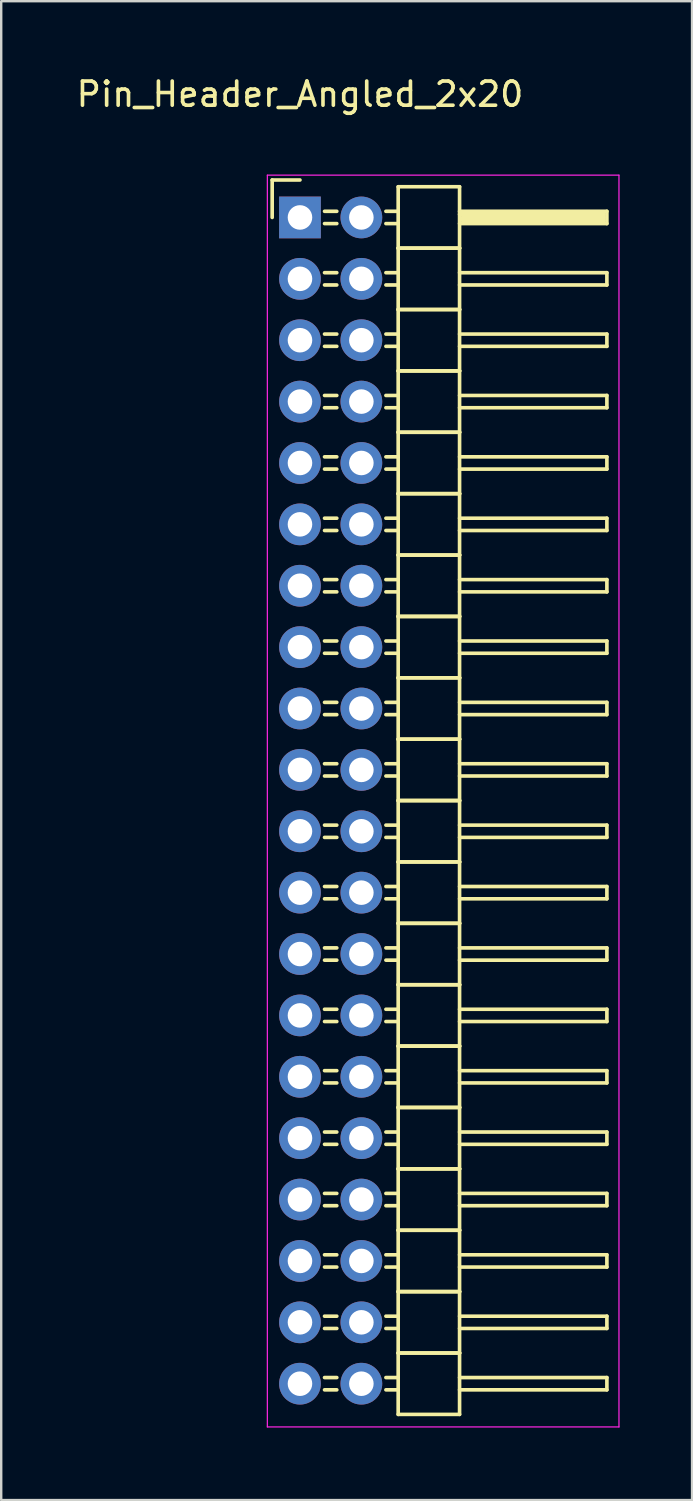
<source format=kicad_pcb>
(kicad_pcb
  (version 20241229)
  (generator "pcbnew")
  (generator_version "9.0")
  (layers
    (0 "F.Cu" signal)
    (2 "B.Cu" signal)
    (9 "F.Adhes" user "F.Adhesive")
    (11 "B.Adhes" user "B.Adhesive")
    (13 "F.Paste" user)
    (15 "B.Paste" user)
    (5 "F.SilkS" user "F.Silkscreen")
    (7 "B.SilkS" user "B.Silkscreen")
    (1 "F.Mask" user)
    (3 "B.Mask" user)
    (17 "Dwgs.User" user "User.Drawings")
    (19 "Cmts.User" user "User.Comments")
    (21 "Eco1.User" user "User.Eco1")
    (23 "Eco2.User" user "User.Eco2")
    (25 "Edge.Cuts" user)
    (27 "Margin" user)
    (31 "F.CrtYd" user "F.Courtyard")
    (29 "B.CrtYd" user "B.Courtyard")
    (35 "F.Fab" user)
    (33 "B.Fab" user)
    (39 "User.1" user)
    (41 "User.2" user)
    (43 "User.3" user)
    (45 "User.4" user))
  (footprint "Pin_Header_Angled_2x20"
    (layer "F.Cu")
    (at 9.363 5.948)
    (property "Reference" "Pin_Header_Angled_2x20" (at 0 -5.1 0) (layer "F.SilkS") (effects (font (size 1 1) (thickness 0.15))))
    (attr through_hole)
    (fp_line (start -1.15 -1.55) (end -1.15 0) (stroke (width 0.15) (type solid)) (layer "F.SilkS"))
    (fp_line (start 0 -1.55) (end -1.15 -1.55) (stroke (width 0.15) (type solid)) (layer "F.SilkS"))
    (fp_line (start 1.524 -0.254) (end 1.016 -0.254) (stroke (width 0.15) (type solid)) (layer "F.SilkS"))
    (fp_line (start 1.524 0.254) (end 1.016 0.254) (stroke (width 0.15) (type solid)) (layer "F.SilkS"))
    (fp_line (start 1.524 2.286) (end 1.016 2.286) (stroke (width 0.15) (type solid)) (layer "F.SilkS"))
    (fp_line (start 1.524 2.794) (end 1.016 2.794) (stroke (width 0.15) (type solid)) (layer "F.SilkS"))
    (fp_line (start 1.524 4.826) (end 1.016 4.826) (stroke (width 0.15) (type solid)) (layer "F.SilkS"))
    (fp_line (start 1.524 5.334) (end 1.016 5.334) (stroke (width 0.15) (type solid)) (layer "F.SilkS"))
    (fp_line (start 1.524 7.366) (end 1.016 7.366) (stroke (width 0.15) (type solid)) (layer "F.SilkS"))
    (fp_line (start 1.524 7.874) (end 1.016 7.874) (stroke (width 0.15) (type solid)) (layer "F.SilkS"))
    (fp_line (start 1.524 9.906) (end 1.016 9.906) (stroke (width 0.15) (type solid)) (layer "F.SilkS"))
    (fp_line (start 1.524 10.414) (end 1.016 10.414) (stroke (width 0.15) (type solid)) (layer "F.SilkS"))
    (fp_line (start 1.524 12.446) (end 1.016 12.446) (stroke (width 0.15) (type solid)) (layer "F.SilkS"))
    (fp_line (start 1.524 12.954) (end 1.016 12.954) (stroke (width 0.15) (type solid)) (layer "F.SilkS"))
    (fp_line (start 1.524 14.986) (end 1.016 14.986) (stroke (width 0.15) (type solid)) (layer "F.SilkS"))
    (fp_line (start 1.524 15.494) (end 1.016 15.494) (stroke (width 0.15) (type solid)) (layer "F.SilkS"))
    (fp_line (start 1.524 17.526) (end 1.016 17.526) (stroke (width 0.15) (type solid)) (layer "F.SilkS"))
    (fp_line (start 1.524 18.034) (end 1.016 18.034) (stroke (width 0.15) (type solid)) (layer "F.SilkS"))
    (fp_line (start 1.524 20.066) (end 1.016 20.066) (stroke (width 0.15) (type solid)) (layer "F.SilkS"))
    (fp_line (start 1.524 20.574) (end 1.016 20.574) (stroke (width 0.15) (type solid)) (layer "F.SilkS"))
    (fp_line (start 1.524 22.606) (end 1.016 22.606) (stroke (width 0.15) (type solid)) (layer "F.SilkS"))
    (fp_line (start 1.524 23.114) (end 1.016 23.114) (stroke (width 0.15) (type solid)) (layer "F.SilkS"))
    (fp_line (start 1.524 25.146) (end 1.016 25.146) (stroke (width 0.15) (type solid)) (layer "F.SilkS"))
    (fp_line (start 1.524 25.654) (end 1.016 25.654) (stroke (width 0.15) (type solid)) (layer "F.SilkS"))
    (fp_line (start 1.524 27.686) (end 1.016 27.686) (stroke (width 0.15) (type solid)) (layer "F.SilkS"))
    (fp_line (start 1.524 28.194) (end 1.016 28.194) (stroke (width 0.15) (type solid)) (layer "F.SilkS"))
    (fp_line (start 1.524 30.226) (end 1.016 30.226) (stroke (width 0.15) (type solid)) (layer "F.SilkS"))
    (fp_line (start 1.524 30.734) (end 1.016 30.734) (stroke (width 0.15) (type solid)) (layer "F.SilkS"))
    (fp_line (start 1.524 32.766) (end 1.016 32.766) (stroke (width 0.15) (type solid)) (layer "F.SilkS"))
    (fp_line (start 1.524 33.274) (end 1.016 33.274) (stroke (width 0.15) (type solid)) (layer "F.SilkS"))
    (fp_line (start 1.524 35.306) (end 1.016 35.306) (stroke (width 0.15) (type solid)) (layer "F.SilkS"))
    (fp_line (start 1.524 35.814) (end 1.016 35.814) (stroke (width 0.15) (type solid)) (layer "F.SilkS"))
    (fp_line (start 1.524 37.846) (end 1.016 37.846) (stroke (width 0.15) (type solid)) (layer "F.SilkS"))
    (fp_line (start 1.524 38.354) (end 1.016 38.354) (stroke (width 0.15) (type solid)) (layer "F.SilkS"))
    (fp_line (start 1.524 40.386) (end 1.016 40.386) (stroke (width 0.15) (type solid)) (layer "F.SilkS"))
    (fp_line (start 1.524 40.894) (end 1.016 40.894) (stroke (width 0.15) (type solid)) (layer "F.SilkS"))
    (fp_line (start 1.524 42.926) (end 1.016 42.926) (stroke (width 0.15) (type solid)) (layer "F.SilkS"))
    (fp_line (start 1.524 43.434) (end 1.016 43.434) (stroke (width 0.15) (type solid)) (layer "F.SilkS"))
    (fp_line (start 1.524 45.466) (end 1.016 45.466) (stroke (width 0.15) (type solid)) (layer "F.SilkS"))
    (fp_line (start 1.524 45.974) (end 1.016 45.974) (stroke (width 0.15) (type solid)) (layer "F.SilkS"))
    (fp_line (start 1.524 48.006) (end 1.016 48.006) (stroke (width 0.15) (type solid)) (layer "F.SilkS"))
    (fp_line (start 1.524 48.514) (end 1.016 48.514) (stroke (width 0.15) (type solid)) (layer "F.SilkS"))
    (fp_line (start 4.064 -1.27) (end 4.064 1.27) (stroke (width 0.15) (type solid)) (layer "F.SilkS"))
    (fp_line (start 4.064 -1.27) (end 6.604 -1.27) (stroke (width 0.15) (type solid)) (layer "F.SilkS"))
    (fp_line (start 4.064 -0.254) (end 3.556 -0.254) (stroke (width 0.15) (type solid)) (layer "F.SilkS"))
    (fp_line (start 4.064 0.254) (end 3.556 0.254) (stroke (width 0.15) (type solid)) (layer "F.SilkS"))
    (fp_line (start 4.064 1.27) (end 4.064 3.81) (stroke (width 0.15) (type solid)) (layer "F.SilkS"))
    (fp_line (start 4.064 1.27) (end 6.604 1.27) (stroke (width 0.15) (type solid)) (layer "F.SilkS"))
    (fp_line (start 4.064 1.27) (end 6.604 1.27) (stroke (width 0.15) (type solid)) (layer "F.SilkS"))
    (fp_line (start 4.064 2.286) (end 3.556 2.286) (stroke (width 0.15) (type solid)) (layer "F.SilkS"))
    (fp_line (start 4.064 2.794) (end 3.556 2.794) (stroke (width 0.15) (type solid)) (layer "F.SilkS"))
    (fp_line (start 4.064 3.81) (end 4.064 6.35) (stroke (width 0.15) (type solid)) (layer "F.SilkS"))
    (fp_line (start 4.064 3.81) (end 6.604 3.81) (stroke (width 0.15) (type solid)) (layer "F.SilkS"))
    (fp_line (start 4.064 3.81) (end 6.604 3.81) (stroke (width 0.15) (type solid)) (layer "F.SilkS"))
    (fp_line (start 4.064 4.826) (end 3.556 4.826) (stroke (width 0.15) (type solid)) (layer "F.SilkS"))
    (fp_line (start 4.064 5.334) (end 3.556 5.334) (stroke (width 0.15) (type solid)) (layer "F.SilkS"))
    (fp_line (start 4.064 6.35) (end 4.064 8.89) (stroke (width 0.15) (type solid)) (layer "F.SilkS"))
    (fp_line (start 4.064 6.35) (end 6.604 6.35) (stroke (width 0.15) (type solid)) (layer "F.SilkS"))
    (fp_line (start 4.064 6.35) (end 6.604 6.35) (stroke (width 0.15) (type solid)) (layer "F.SilkS"))
    (fp_line (start 4.064 7.366) (end 3.556 7.366) (stroke (width 0.15) (type solid)) (layer "F.SilkS"))
    (fp_line (start 4.064 7.874) (end 3.556 7.874) (stroke (width 0.15) (type solid)) (layer "F.SilkS"))
    (fp_line (start 4.064 8.89) (end 4.064 11.43) (stroke (width 0.15) (type solid)) (layer "F.SilkS"))
    (fp_line (start 4.064 8.89) (end 6.604 8.89) (stroke (width 0.15) (type solid)) (layer "F.SilkS"))
    (fp_line (start 4.064 8.89) (end 6.604 8.89) (stroke (width 0.15) (type solid)) (layer "F.SilkS"))
    (fp_line (start 4.064 9.906) (end 3.556 9.906) (stroke (width 0.15) (type solid)) (layer "F.SilkS"))
    (fp_line (start 4.064 10.414) (end 3.556 10.414) (stroke (width 0.15) (type solid)) (layer "F.SilkS"))
    (fp_line (start 4.064 11.43) (end 4.064 13.97) (stroke (width 0.15) (type solid)) (layer "F.SilkS"))
    (fp_line (start 4.064 11.43) (end 6.604 11.43) (stroke (width 0.15) (type solid)) (layer "F.SilkS"))
    (fp_line (start 4.064 11.43) (end 6.604 11.43) (stroke (width 0.15) (type solid)) (layer "F.SilkS"))
    (fp_line (start 4.064 12.446) (end 3.556 12.446) (stroke (width 0.15) (type solid)) (layer "F.SilkS"))
    (fp_line (start 4.064 12.954) (end 3.556 12.954) (stroke (width 0.15) (type solid)) (layer "F.SilkS"))
    (fp_line (start 4.064 13.97) (end 4.064 16.51) (stroke (width 0.15) (type solid)) (layer "F.SilkS"))
    (fp_line (start 4.064 13.97) (end 6.604 13.97) (stroke (width 0.15) (type solid)) (layer "F.SilkS"))
    (fp_line (start 4.064 13.97) (end 6.604 13.97) (stroke (width 0.15) (type solid)) (layer "F.SilkS"))
    (fp_line (start 4.064 14.986) (end 3.556 14.986) (stroke (width 0.15) (type solid)) (layer "F.SilkS"))
    (fp_line (start 4.064 15.494) (end 3.556 15.494) (stroke (width 0.15) (type solid)) (layer "F.SilkS"))
    (fp_line (start 4.064 16.51) (end 4.064 19.05) (stroke (width 0.15) (type solid)) (layer "F.SilkS"))
    (fp_line (start 4.064 16.51) (end 6.604 16.51) (stroke (width 0.15) (type solid)) (layer "F.SilkS"))
    (fp_line (start 4.064 16.51) (end 6.604 16.51) (stroke (width 0.15) (type solid)) (layer "F.SilkS"))
    (fp_line (start 4.064 17.526) (end 3.556 17.526) (stroke (width 0.15) (type solid)) (layer "F.SilkS"))
    (fp_line (start 4.064 18.034) (end 3.556 18.034) (stroke (width 0.15) (type solid)) (layer "F.SilkS"))
    (fp_line (start 4.064 19.05) (end 4.064 21.59) (stroke (width 0.15) (type solid)) (layer "F.SilkS"))
    (fp_line (start 4.064 19.05) (end 6.604 19.05) (stroke (width 0.15) (type solid)) (layer "F.SilkS"))
    (fp_line (start 4.064 19.05) (end 6.604 19.05) (stroke (width 0.15) (type solid)) (layer "F.SilkS"))
    (fp_line (start 4.064 20.066) (end 3.556 20.066) (stroke (width 0.15) (type solid)) (layer "F.SilkS"))
    (fp_line (start 4.064 20.574) (end 3.556 20.574) (stroke (width 0.15) (type solid)) (layer "F.SilkS"))
    (fp_line (start 4.064 21.59) (end 4.064 24.13) (stroke (width 0.15) (type solid)) (layer "F.SilkS"))
    (fp_line (start 4.064 21.59) (end 6.604 21.59) (stroke (width 0.15) (type solid)) (layer "F.SilkS"))
    (fp_line (start 4.064 21.59) (end 6.604 21.59) (stroke (width 0.15) (type solid)) (layer "F.SilkS"))
    (fp_line (start 4.064 22.606) (end 3.556 22.606) (stroke (width 0.15) (type solid)) (layer "F.SilkS"))
    (fp_line (start 4.064 23.114) (end 3.556 23.114) (stroke (width 0.15) (type solid)) (layer "F.SilkS"))
    (fp_line (start 4.064 24.13) (end 4.064 26.67) (stroke (width 0.15) (type solid)) (layer "F.SilkS"))
    (fp_line (start 4.064 24.13) (end 6.604 24.13) (stroke (width 0.15) (type solid)) (layer "F.SilkS"))
    (fp_line (start 4.064 24.13) (end 6.604 24.13) (stroke (width 0.15) (type solid)) (layer "F.SilkS"))
    (fp_line (start 4.064 25.146) (end 3.556 25.146) (stroke (width 0.15) (type solid)) (layer "F.SilkS"))
    (fp_line (start 4.064 25.654) (end 3.556 25.654) (stroke (width 0.15) (type solid)) (layer "F.SilkS"))
    (fp_line (start 4.064 26.67) (end 4.064 29.21) (stroke (width 0.15) (type solid)) (layer "F.SilkS"))
    (fp_line (start 4.064 26.67) (end 6.604 26.67) (stroke (width 0.15) (type solid)) (layer "F.SilkS"))
    (fp_line (start 4.064 26.67) (end 6.604 26.67) (stroke (width 0.15) (type solid)) (layer "F.SilkS"))
    (fp_line (start 4.064 27.686) (end 3.556 27.686) (stroke (width 0.15) (type solid)) (layer "F.SilkS"))
    (fp_line (start 4.064 28.194) (end 3.556 28.194) (stroke (width 0.15) (type solid)) (layer "F.SilkS"))
    (fp_line (start 4.064 29.21) (end 4.064 31.75) (stroke (width 0.15) (type solid)) (layer "F.SilkS"))
    (fp_line (start 4.064 29.21) (end 6.604 29.21) (stroke (width 0.15) (type solid)) (layer "F.SilkS"))
    (fp_line (start 4.064 29.21) (end 6.604 29.21) (stroke (width 0.15) (type solid)) (layer "F.SilkS"))
    (fp_line (start 4.064 30.226) (end 3.556 30.226) (stroke (width 0.15) (type solid)) (layer "F.SilkS"))
    (fp_line (start 4.064 30.734) (end 3.556 30.734) (stroke (width 0.15) (type solid)) (layer "F.SilkS"))
    (fp_line (start 4.064 31.75) (end 4.064 34.29) (stroke (width 0.15) (type solid)) (layer "F.SilkS"))
    (fp_line (start 4.064 31.75) (end 6.604 31.75) (stroke (width 0.15) (type solid)) (layer "F.SilkS"))
    (fp_line (start 4.064 31.75) (end 6.604 31.75) (stroke (width 0.15) (type solid)) (layer "F.SilkS"))
    (fp_line (start 4.064 32.766) (end 3.556 32.766) (stroke (width 0.15) (type solid)) (layer "F.SilkS"))
    (fp_line (start 4.064 33.274) (end 3.556 33.274) (stroke (width 0.15) (type solid)) (layer "F.SilkS"))
    (fp_line (start 4.064 34.29) (end 4.064 36.83) (stroke (width 0.15) (type solid)) (layer "F.SilkS"))
    (fp_line (start 4.064 34.29) (end 6.604 34.29) (stroke (width 0.15) (type solid)) (layer "F.SilkS"))
    (fp_line (start 4.064 34.29) (end 6.604 34.29) (stroke (width 0.15) (type solid)) (layer "F.SilkS"))
    (fp_line (start 4.064 35.306) (end 3.556 35.306) (stroke (width 0.15) (type solid)) (layer "F.SilkS"))
    (fp_line (start 4.064 35.814) (end 3.556 35.814) (stroke (width 0.15) (type solid)) (layer "F.SilkS"))
    (fp_line (start 4.064 36.83) (end 4.064 39.37) (stroke (width 0.15) (type solid)) (layer "F.SilkS"))
    (fp_line (start 4.064 36.83) (end 6.604 36.83) (stroke (width 0.15) (type solid)) (layer "F.SilkS"))
    (fp_line (start 4.064 36.83) (end 6.604 36.83) (stroke (width 0.15) (type solid)) (layer "F.SilkS"))
    (fp_line (start 4.064 37.846) (end 3.556 37.846) (stroke (width 0.15) (type solid)) (layer "F.SilkS"))
    (fp_line (start 4.064 38.354) (end 3.556 38.354) (stroke (width 0.15) (type solid)) (layer "F.SilkS"))
    (fp_line (start 4.064 39.37) (end 4.064 41.91) (stroke (width 0.15) (type solid)) (layer "F.SilkS"))
    (fp_line (start 4.064 39.37) (end 6.604 39.37) (stroke (width 0.15) (type solid)) (layer "F.SilkS"))
    (fp_line (start 4.064 39.37) (end 6.604 39.37) (stroke (width 0.15) (type solid)) (layer "F.SilkS"))
    (fp_line (start 4.064 40.386) (end 3.556 40.386) (stroke (width 0.15) (type solid)) (layer "F.SilkS"))
    (fp_line (start 4.064 40.894) (end 3.556 40.894) (stroke (width 0.15) (type solid)) (layer "F.SilkS"))
    (fp_line (start 4.064 41.91) (end 4.064 44.45) (stroke (width 0.15) (type solid)) (layer "F.SilkS"))
    (fp_line (start 4.064 41.91) (end 6.604 41.91) (stroke (width 0.15) (type solid)) (layer "F.SilkS"))
    (fp_line (start 4.064 41.91) (end 6.604 41.91) (stroke (width 0.15) (type solid)) (layer "F.SilkS"))
    (fp_line (start 4.064 42.926) (end 3.556 42.926) (stroke (width 0.15) (type solid)) (layer "F.SilkS"))
    (fp_line (start 4.064 43.434) (end 3.556 43.434) (stroke (width 0.15) (type solid)) (layer "F.SilkS"))
    (fp_line (start 4.064 44.45) (end 4.064 46.99) (stroke (width 0.15) (type solid)) (layer "F.SilkS"))
    (fp_line (start 4.064 44.45) (end 6.604 44.45) (stroke (width 0.15) (type solid)) (layer "F.SilkS"))
    (fp_line (start 4.064 44.45) (end 6.604 44.45) (stroke (width 0.15) (type solid)) (layer "F.SilkS"))
    (fp_line (start 4.064 45.466) (end 3.556 45.466) (stroke (width 0.15) (type solid)) (layer "F.SilkS"))
    (fp_line (start 4.064 45.974) (end 3.556 45.974) (stroke (width 0.15) (type solid)) (layer "F.SilkS"))
    (fp_line (start 4.064 46.99) (end 4.064 49.53) (stroke (width 0.15) (type solid)) (layer "F.SilkS"))
    (fp_line (start 4.064 46.99) (end 6.604 46.99) (stroke (width 0.15) (type solid)) (layer "F.SilkS"))
    (fp_line (start 4.064 46.99) (end 6.604 46.99) (stroke (width 0.15) (type solid)) (layer "F.SilkS"))
    (fp_line (start 4.064 48.006) (end 3.556 48.006) (stroke (width 0.15) (type solid)) (layer "F.SilkS"))
    (fp_line (start 4.064 48.514) (end 3.556 48.514) (stroke (width 0.15) (type solid)) (layer "F.SilkS"))
    (fp_line (start 4.064 49.53) (end 6.604 49.53) (stroke (width 0.15) (type solid)) (layer "F.SilkS"))
    (fp_line (start 6.604 -0.254) (end 12.7 -0.254) (stroke (width 0.15) (type solid)) (layer "F.SilkS"))
    (fp_line (start 6.604 -0.127) (end 12.573 -0.127) (stroke (width 0.15) (type solid)) (layer "F.SilkS"))
    (fp_line (start 6.604 1.27) (end 6.604 -1.27) (stroke (width 0.15) (type solid)) (layer "F.SilkS"))
    (fp_line (start 6.604 2.286) (end 12.7 2.286) (stroke (width 0.15) (type solid)) (layer "F.SilkS"))
    (fp_line (start 6.604 3.81) (end 6.604 1.27) (stroke (width 0.15) (type solid)) (layer "F.SilkS"))
    (fp_line (start 6.604 4.826) (end 12.7 4.826) (stroke (width 0.15) (type solid)) (layer "F.SilkS"))
    (fp_line (start 6.604 6.35) (end 6.604 3.81) (stroke (width 0.15) (type solid)) (layer "F.SilkS"))
    (fp_line (start 6.604 7.366) (end 12.7 7.366) (stroke (width 0.15) (type solid)) (layer "F.SilkS"))
    (fp_line (start 6.604 8.89) (end 6.604 6.35) (stroke (width 0.15) (type solid)) (layer "F.SilkS"))
    (fp_line (start 6.604 9.906) (end 12.7 9.906) (stroke (width 0.15) (type solid)) (layer "F.SilkS"))
    (fp_line (start 6.604 11.43) (end 6.604 8.89) (stroke (width 0.15) (type solid)) (layer "F.SilkS"))
    (fp_line (start 6.604 12.446) (end 12.7 12.446) (stroke (width 0.15) (type solid)) (layer "F.SilkS"))
    (fp_line (start 6.604 13.97) (end 6.604 11.43) (stroke (width 0.15) (type solid)) (layer "F.SilkS"))
    (fp_line (start 6.604 14.986) (end 12.7 14.986) (stroke (width 0.15) (type solid)) (layer "F.SilkS"))
    (fp_line (start 6.604 16.51) (end 6.604 13.97) (stroke (width 0.15) (type solid)) (layer "F.SilkS"))
    (fp_line (start 6.604 17.526) (end 12.7 17.526) (stroke (width 0.15) (type solid)) (layer "F.SilkS"))
    (fp_line (start 6.604 19.05) (end 6.604 16.51) (stroke (width 0.15) (type solid)) (layer "F.SilkS"))
    (fp_line (start 6.604 20.066) (end 12.7 20.066) (stroke (width 0.15) (type solid)) (layer "F.SilkS"))
    (fp_line (start 6.604 21.59) (end 6.604 19.05) (stroke (width 0.15) (type solid)) (layer "F.SilkS"))
    (fp_line (start 6.604 22.606) (end 12.7 22.606) (stroke (width 0.15) (type solid)) (layer "F.SilkS"))
    (fp_line (start 6.604 24.13) (end 6.604 21.59) (stroke (width 0.15) (type solid)) (layer "F.SilkS"))
    (fp_line (start 6.604 25.146) (end 12.7 25.146) (stroke (width 0.15) (type solid)) (layer "F.SilkS"))
    (fp_line (start 6.604 26.67) (end 6.604 24.13) (stroke (width 0.15) (type solid)) (layer "F.SilkS"))
    (fp_line (start 6.604 27.686) (end 12.7 27.686) (stroke (width 0.15) (type solid)) (layer "F.SilkS"))
    (fp_line (start 6.604 29.21) (end 6.604 26.67) (stroke (width 0.15) (type solid)) (layer "F.SilkS"))
    (fp_line (start 6.604 30.226) (end 12.7 30.226) (stroke (width 0.15) (type solid)) (layer "F.SilkS"))
    (fp_line (start 6.604 31.75) (end 6.604 29.21) (stroke (width 0.15) (type solid)) (layer "F.SilkS"))
    (fp_line (start 6.604 32.766) (end 12.7 32.766) (stroke (width 0.15) (type solid)) (layer "F.SilkS"))
    (fp_line (start 6.604 34.29) (end 6.604 31.75) (stroke (width 0.15) (type solid)) (layer "F.SilkS"))
    (fp_line (start 6.604 35.306) (end 12.7 35.306) (stroke (width 0.15) (type solid)) (layer "F.SilkS"))
    (fp_line (start 6.604 36.83) (end 6.604 34.29) (stroke (width 0.15) (type solid)) (layer "F.SilkS"))
    (fp_line (start 6.604 37.846) (end 12.7 37.846) (stroke (width 0.15) (type solid)) (layer "F.SilkS"))
    (fp_line (start 6.604 39.37) (end 6.604 36.83) (stroke (width 0.15) (type solid)) (layer "F.SilkS"))
    (fp_line (start 6.604 40.386) (end 12.7 40.386) (stroke (width 0.15) (type solid)) (layer "F.SilkS"))
    (fp_line (start 6.604 41.91) (end 6.604 39.37) (stroke (width 0.15) (type solid)) (layer "F.SilkS"))
    (fp_line (start 6.604 42.926) (end 12.7 42.926) (stroke (width 0.15) (type solid)) (layer "F.SilkS"))
    (fp_line (start 6.604 44.45) (end 6.604 41.91) (stroke (width 0.15) (type solid)) (layer "F.SilkS"))
    (fp_line (start 6.604 45.466) (end 12.7 45.466) (stroke (width 0.15) (type solid)) (layer "F.SilkS"))
    (fp_line (start 6.604 46.99) (end 6.604 44.45) (stroke (width 0.15) (type solid)) (layer "F.SilkS"))
    (fp_line (start 6.604 48.006) (end 12.7 48.006) (stroke (width 0.15) (type solid)) (layer "F.SilkS"))
    (fp_line (start 6.604 49.53) (end 6.604 46.99) (stroke (width 0.15) (type solid)) (layer "F.SilkS"))
    (fp_line (start 6.731 0) (end 12.573 0) (stroke (width 0.15) (type solid)) (layer "F.SilkS"))
    (fp_line (start 6.731 0.127) (end 6.731 0) (stroke (width 0.15) (type solid)) (layer "F.SilkS"))
    (fp_line (start 12.573 -0.127) (end 12.573 0.127) (stroke (width 0.15) (type solid)) (layer "F.SilkS"))
    (fp_line (start 12.573 0.127) (end 6.731 0.127) (stroke (width 0.15) (type solid)) (layer "F.SilkS"))
    (fp_line (start 12.7 -0.254) (end 12.7 0.254) (stroke (width 0.15) (type solid)) (layer "F.SilkS"))
    (fp_line (start 12.7 0.254) (end 6.604 0.254) (stroke (width 0.15) (type solid)) (layer "F.SilkS"))
    (fp_line (start 12.7 2.286) (end 12.7 2.794) (stroke (width 0.15) (type solid)) (layer "F.SilkS"))
    (fp_line (start 12.7 2.794) (end 6.604 2.794) (stroke (width 0.15) (type solid)) (layer "F.SilkS"))
    (fp_line (start 12.7 4.826) (end 12.7 5.334) (stroke (width 0.15) (type solid)) (layer "F.SilkS"))
    (fp_line (start 12.7 5.334) (end 6.604 5.334) (stroke (width 0.15) (type solid)) (layer "F.SilkS"))
    (fp_line (start 12.7 7.366) (end 12.7 7.874) (stroke (width 0.15) (type solid)) (layer "F.SilkS"))
    (fp_line (start 12.7 7.874) (end 6.604 7.874) (stroke (width 0.15) (type solid)) (layer "F.SilkS"))
    (fp_line (start 12.7 9.906) (end 12.7 10.414) (stroke (width 0.15) (type solid)) (layer "F.SilkS"))
    (fp_line (start 12.7 10.414) (end 6.604 10.414) (stroke (width 0.15) (type solid)) (layer "F.SilkS"))
    (fp_line (start 12.7 12.446) (end 12.7 12.954) (stroke (width 0.15) (type solid)) (layer "F.SilkS"))
    (fp_line (start 12.7 12.954) (end 6.604 12.954) (stroke (width 0.15) (type solid)) (layer "F.SilkS"))
    (fp_line (start 12.7 14.986) (end 12.7 15.494) (stroke (width 0.15) (type solid)) (layer "F.SilkS"))
    (fp_line (start 12.7 15.494) (end 6.604 15.494) (stroke (width 0.15) (type solid)) (layer "F.SilkS"))
    (fp_line (start 12.7 17.526) (end 12.7 18.034) (stroke (width 0.15) (type solid)) (layer "F.SilkS"))
    (fp_line (start 12.7 18.034) (end 6.604 18.034) (stroke (width 0.15) (type solid)) (layer "F.SilkS"))
    (fp_line (start 12.7 20.066) (end 12.7 20.574) (stroke (width 0.15) (type solid)) (layer "F.SilkS"))
    (fp_line (start 12.7 20.574) (end 6.604 20.574) (stroke (width 0.15) (type solid)) (layer "F.SilkS"))
    (fp_line (start 12.7 22.606) (end 12.7 23.114) (stroke (width 0.15) (type solid)) (layer "F.SilkS"))
    (fp_line (start 12.7 23.114) (end 6.604 23.114) (stroke (width 0.15) (type solid)) (layer "F.SilkS"))
    (fp_line (start 12.7 25.146) (end 12.7 25.654) (stroke (width 0.15) (type solid)) (layer "F.SilkS"))
    (fp_line (start 12.7 25.654) (end 6.604 25.654) (stroke (width 0.15) (type solid)) (layer "F.SilkS"))
    (fp_line (start 12.7 27.686) (end 12.7 28.194) (stroke (width 0.15) (type solid)) (layer "F.SilkS"))
    (fp_line (start 12.7 28.194) (end 6.604 28.194) (stroke (width 0.15) (type solid)) (layer "F.SilkS"))
    (fp_line (start 12.7 30.226) (end 12.7 30.734) (stroke (width 0.15) (type solid)) (layer "F.SilkS"))
    (fp_line (start 12.7 30.734) (end 6.604 30.734) (stroke (width 0.15) (type solid)) (layer "F.SilkS"))
    (fp_line (start 12.7 32.766) (end 12.7 33.274) (stroke (width 0.15) (type solid)) (layer "F.SilkS"))
    (fp_line (start 12.7 33.274) (end 6.604 33.274) (stroke (width 0.15) (type solid)) (layer "F.SilkS"))
    (fp_line (start 12.7 35.306) (end 12.7 35.814) (stroke (width 0.15) (type solid)) (layer "F.SilkS"))
    (fp_line (start 12.7 35.814) (end 6.604 35.814) (stroke (width 0.15) (type solid)) (layer "F.SilkS"))
    (fp_line (start 12.7 37.846) (end 12.7 38.354) (stroke (width 0.15) (type solid)) (layer "F.SilkS"))
    (fp_line (start 12.7 38.354) (end 6.604 38.354) (stroke (width 0.15) (type solid)) (layer "F.SilkS"))
    (fp_line (start 12.7 40.386) (end 12.7 40.894) (stroke (width 0.15) (type solid)) (layer "F.SilkS"))
    (fp_line (start 12.7 40.894) (end 6.604 40.894) (stroke (width 0.15) (type solid)) (layer "F.SilkS"))
    (fp_line (start 12.7 42.926) (end 12.7 43.434) (stroke (width 0.15) (type solid)) (layer "F.SilkS"))
    (fp_line (start 12.7 43.434) (end 6.604 43.434) (stroke (width 0.15) (type solid)) (layer "F.SilkS"))
    (fp_line (start 12.7 45.466) (end 12.7 45.974) (stroke (width 0.15) (type solid)) (layer "F.SilkS"))
    (fp_line (start 12.7 45.974) (end 6.604 45.974) (stroke (width 0.15) (type solid)) (layer "F.SilkS"))
    (fp_line (start 12.7 48.006) (end 12.7 48.514) (stroke (width 0.15) (type solid)) (layer "F.SilkS"))
    (fp_line (start 12.7 48.514) (end 6.604 48.514) (stroke (width 0.15) (type solid)) (layer "F.SilkS"))
    (fp_line (start -1.35 -1.75) (end -1.35 50.05) (stroke (width 0.05) (type solid)) (layer "F.CrtYd"))
    (fp_line (start -1.35 -1.75) (end 13.2 -1.75) (stroke (width 0.05) (type solid)) (layer "F.CrtYd"))
    (fp_line (start -1.35 50.05) (end 13.2 50.05) (stroke (width 0.05) (type solid)) (layer "F.CrtYd"))
    (fp_line (start 13.2 -1.75) (end 13.2 50.05) (stroke (width 0.05) (type solid)) (layer "F.CrtYd"))
    (pad "1" thru_hole rect (at 0 0) (size 1.727 1.727) (drill 1.016) (layers "*.Cu" "*.Mask"))
    (pad "2" thru_hole oval (at 2.54 0) (size 1.727 1.727) (drill 1.016) (layers "*.Cu" "*.Mask"))
    (pad "3" thru_hole oval (at 0 2.54) (size 1.727 1.727) (drill 1.016) (layers "*.Cu" "*.Mask"))
    (pad "4" thru_hole oval (at 2.54 2.54) (size 1.727 1.727) (drill 1.016) (layers "*.Cu" "*.Mask"))
    (pad "5" thru_hole oval (at 0 5.08) (size 1.727 1.727) (drill 1.016) (layers "*.Cu" "*.Mask"))
    (pad "6" thru_hole oval (at 2.54 5.08) (size 1.727 1.727) (drill 1.016) (layers "*.Cu" "*.Mask"))
    (pad "7" thru_hole oval (at 0 7.62) (size 1.727 1.727) (drill 1.016) (layers "*.Cu" "*.Mask"))
    (pad "8" thru_hole oval (at 2.54 7.62) (size 1.727 1.727) (drill 1.016) (layers "*.Cu" "*.Mask"))
    (pad "9" thru_hole oval (at 0 10.16) (size 1.727 1.727) (drill 1.016) (layers "*.Cu" "*.Mask"))
    (pad "10" thru_hole oval (at 2.54 10.16) (size 1.727 1.727) (drill 1.016) (layers "*.Cu" "*.Mask"))
    (pad "11" thru_hole oval (at 0 12.7) (size 1.727 1.727) (drill 1.016) (layers "*.Cu" "*.Mask"))
    (pad "12" thru_hole oval (at 2.54 12.7) (size 1.727 1.727) (drill 1.016) (layers "*.Cu" "*.Mask"))
    (pad "13" thru_hole oval (at 0 15.24) (size 1.727 1.727) (drill 1.016) (layers "*.Cu" "*.Mask"))
    (pad "14" thru_hole oval (at 2.54 15.24) (size 1.727 1.727) (drill 1.016) (layers "*.Cu" "*.Mask"))
    (pad "15" thru_hole oval (at 0 17.78) (size 1.727 1.727) (drill 1.016) (layers "*.Cu" "*.Mask"))
    (pad "16" thru_hole oval (at 2.54 17.78) (size 1.727 1.727) (drill 1.016) (layers "*.Cu" "*.Mask"))
    (pad "17" thru_hole oval (at 0 20.32) (size 1.727 1.727) (drill 1.016) (layers "*.Cu" "*.Mask"))
    (pad "18" thru_hole oval (at 2.54 20.32) (size 1.727 1.727) (drill 1.016) (layers "*.Cu" "*.Mask"))
    (pad "19" thru_hole oval (at 0 22.86) (size 1.727 1.727) (drill 1.016) (layers "*.Cu" "*.Mask"))
    (pad "20" thru_hole oval (at 2.54 22.86) (size 1.727 1.727) (drill 1.016) (layers "*.Cu" "*.Mask"))
    (pad "21" thru_hole oval (at 0 25.4) (size 1.727 1.727) (drill 1.016) (layers "*.Cu" "*.Mask"))
    (pad "22" thru_hole oval (at 2.54 25.4) (size 1.727 1.727) (drill 1.016) (layers "*.Cu" "*.Mask"))
    (pad "23" thru_hole oval (at 0 27.94) (size 1.727 1.727) (drill 1.016) (layers "*.Cu" "*.Mask"))
    (pad "24" thru_hole oval (at 2.54 27.94) (size 1.727 1.727) (drill 1.016) (layers "*.Cu" "*.Mask"))
    (pad "25" thru_hole oval (at 0 30.48) (size 1.727 1.727) (drill 1.016) (layers "*.Cu" "*.Mask"))
    (pad "26" thru_hole oval (at 2.54 30.48) (size 1.727 1.727) (drill 1.016) (layers "*.Cu" "*.Mask"))
    (pad "27" thru_hole oval (at 0 33.02) (size 1.727 1.727) (drill 1.016) (layers "*.Cu" "*.Mask"))
    (pad "28" thru_hole oval (at 2.54 33.02) (size 1.727 1.727) (drill 1.016) (layers "*.Cu" "*.Mask"))
    (pad "29" thru_hole oval (at 0 35.56) (size 1.727 1.727) (drill 1.016) (layers "*.Cu" "*.Mask"))
    (pad "30" thru_hole oval (at 2.54 35.56) (size 1.727 1.727) (drill 1.016) (layers "*.Cu" "*.Mask"))
    (pad "31" thru_hole oval (at 0 38.1) (size 1.727 1.727) (drill 1.016) (layers "*.Cu" "*.Mask"))
    (pad "32" thru_hole oval (at 2.54 38.1) (size 1.727 1.727) (drill 1.016) (layers "*.Cu" "*.Mask"))
    (pad "33" thru_hole oval (at 0 40.64) (size 1.727 1.727) (drill 1.016) (layers "*.Cu" "*.Mask"))
    (pad "34" thru_hole oval (at 2.54 40.64) (size 1.727 1.727) (drill 1.016) (layers "*.Cu" "*.Mask"))
    (pad "35" thru_hole oval (at 0 43.18) (size 1.727 1.727) (drill 1.016) (layers "*.Cu" "*.Mask"))
    (pad "36" thru_hole oval (at 2.54 43.18) (size 1.727 1.727) (drill 1.016) (layers "*.Cu" "*.Mask"))
    (pad "37" thru_hole oval (at 0 45.72) (size 1.727 1.727) (drill 1.016) (layers "*.Cu" "*.Mask"))
    (pad "38" thru_hole oval (at 2.54 45.72) (size 1.727 1.727) (drill 1.016) (layers "*.Cu" "*.Mask"))
    (pad "39" thru_hole oval (at 0 48.26) (size 1.727 1.727) (drill 1.016) (layers "*.Cu" "*.Mask"))
    (pad "40" thru_hole oval (at 2.54 48.26) (size 1.727 1.727) (drill 1.016) (layers "*.Cu" "*.Mask")))
  (gr_rect
    (start -3 -3)
    (end 25.588 59.023)
    (stroke (width 0.1) (type default))
    (fill no)
    (layer "Edge.Cuts")))
</source>
